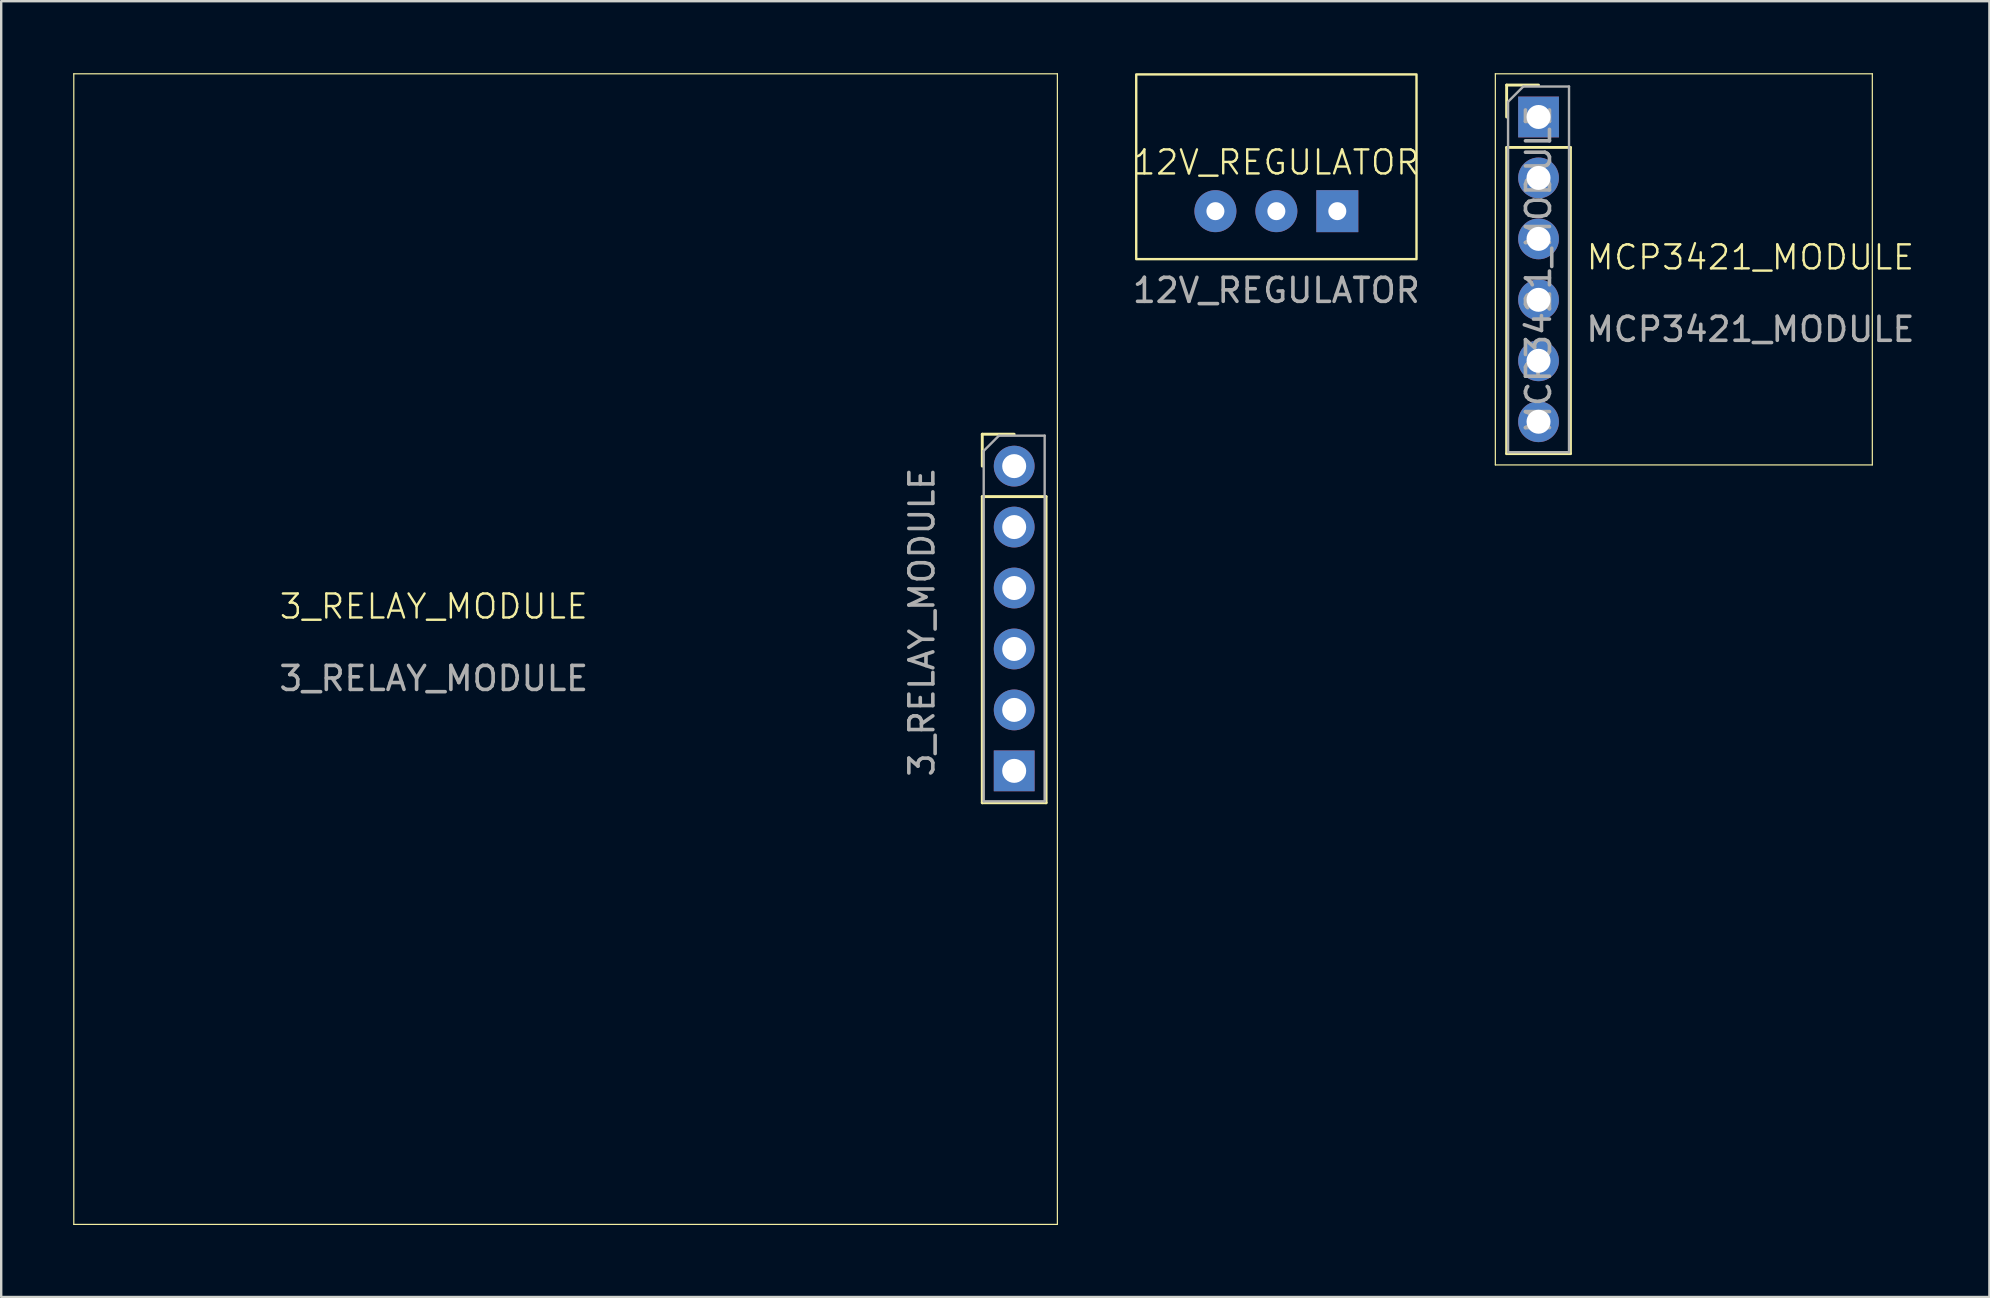
<source format=kicad_pcb>
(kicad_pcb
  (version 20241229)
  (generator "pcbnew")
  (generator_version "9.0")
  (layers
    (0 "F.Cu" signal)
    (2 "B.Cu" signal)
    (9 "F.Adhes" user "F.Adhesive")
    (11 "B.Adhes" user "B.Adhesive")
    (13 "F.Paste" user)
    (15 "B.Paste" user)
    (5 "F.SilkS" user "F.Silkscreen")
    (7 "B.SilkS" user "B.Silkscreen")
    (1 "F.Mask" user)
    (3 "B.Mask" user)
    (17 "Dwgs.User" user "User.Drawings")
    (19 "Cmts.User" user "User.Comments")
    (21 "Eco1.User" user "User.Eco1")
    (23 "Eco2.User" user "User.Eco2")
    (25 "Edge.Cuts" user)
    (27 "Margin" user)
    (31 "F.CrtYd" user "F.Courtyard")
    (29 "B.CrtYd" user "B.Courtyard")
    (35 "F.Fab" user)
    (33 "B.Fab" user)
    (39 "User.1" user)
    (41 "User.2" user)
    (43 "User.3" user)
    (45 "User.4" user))
  (footprint "MCP3421_MODULE"
    (layer "F.Cu")
    (at 69.897 8.175)
    (property "Reference" "MCP3421_MODULE" (at 0 -0.5 0) (unlocked yes) (layer "F.SilkS") (effects (font (size 1 1) (thickness 0.1))))
    (attr through_hole)
    (fp_line (start -10.63 -8.15) (end -10.63 8.15) (stroke (width 0.05) (type solid)) (layer "F.SilkS"))
    (fp_line (start -10.63 8.15) (end 5.08 8.15) (stroke (width 0.05) (type solid)) (layer "F.SilkS"))
    (fp_line (start -10.16 -7.68) (end -8.83 -7.68) (stroke (width 0.12) (type solid)) (layer "F.SilkS"))
    (fp_line (start -10.16 -6.35) (end -10.16 -7.68) (stroke (width 0.12) (type solid)) (layer "F.SilkS"))
    (fp_line (start -10.16 -5.08) (end -10.16 7.68) (stroke (width 0.12) (type solid)) (layer "F.SilkS"))
    (fp_line (start -10.16 -5.08) (end -7.5 -5.08) (stroke (width 0.12) (type solid)) (layer "F.SilkS"))
    (fp_line (start -10.16 7.68) (end -7.5 7.68) (stroke (width 0.12) (type solid)) (layer "F.SilkS"))
    (fp_line (start -7.5 -5.08) (end -7.5 7.68) (stroke (width 0.12) (type solid)) (layer "F.SilkS"))
    (fp_line (start 5.08 -8.15) (end -10.63 -8.15) (stroke (width 0.05) (type solid)) (layer "F.SilkS"))
    (fp_line (start 5.08 8.15) (end 5.08 -8.15) (stroke (width 0.05) (type solid)) (layer "F.SilkS"))
    (fp_line (start -10.1 -6.985) (end -9.465 -7.62) (stroke (width 0.1) (type solid)) (layer "F.Fab"))
    (fp_line (start -10.1 7.62) (end -10.1 -6.985) (stroke (width 0.1) (type solid)) (layer "F.Fab"))
    (fp_line (start -9.465 -7.62) (end -7.56 -7.62) (stroke (width 0.1) (type solid)) (layer "F.Fab"))
    (fp_line (start -7.56 -7.62) (end -7.56 7.62) (stroke (width 0.1) (type solid)) (layer "F.Fab"))
    (fp_line (start -7.56 7.62) (end -10.1 7.62) (stroke (width 0.1) (type solid)) (layer "F.Fab"))
    (fp_text user "${REFERENCE}" (at -8.83 0 90) (layer "F.Fab") (effects (font (size 1 1) (thickness 0.15))))
    (fp_text user "${REFERENCE}" (at 0 2.5 0) (unlocked yes) (layer "F.Fab") (effects (font (size 1 1) (thickness 0.15))))
    (pad "1" thru_hole rect (at -8.83 -6.35) (size 1.7 1.7) (drill 1) (layers "*.Cu" "*.Mask"))
    (pad "2" thru_hole oval (at -8.83 -3.81) (size 1.7 1.7) (drill 1) (layers "*.Cu" "*.Mask"))
    (pad "3" thru_hole oval (at -8.83 -1.27) (size 1.7 1.7) (drill 1) (layers "*.Cu" "*.Mask"))
    (pad "4" thru_hole oval (at -8.83 1.27) (size 1.7 1.7) (drill 1) (layers "*.Cu" "*.Mask"))
    (pad "5" thru_hole oval (at -8.83 3.81) (size 1.7 1.7) (drill 1) (layers "*.Cu" "*.Mask"))
    (pad "6" thru_hole oval (at -8.83 6.35) (size 1.7 1.7) (drill 1) (layers "*.Cu" "*.Mask")))
  (footprint "12V_REGULATOR"
    (layer "F.Cu")
    (at 50.141 5.75)
    (property "Reference" "12V_REGULATOR" (at 0 -2.032 0) (unlocked yes) (layer "F.SilkS") (effects (font (size 1 1) (thickness 0.1))))
    (attr through_hole)
    (fp_rect (start -5.84 -5.7) (end 5.84 2) (stroke (width 0.1) (type default)) (fill no) (layer "F.SilkS"))
    (fp_text user "${REFERENCE}" (at 0 3.302 0) (unlocked yes) (layer "F.Fab") (effects (font (size 1 1) (thickness 0.15))))
    (pad "1" thru_hole rect (at 2.54 0) (size 1.75 1.75) (drill 0.75) (layers "*.Cu" "*.Mask"))
    (pad "2" thru_hole circle (at 0 0) (size 1.75 1.75) (drill 0.75) (layers "*.Cu" "*.Mask"))
    (pad "3" thru_hole circle (at -2.54 0) (size 1.75 1.75) (drill 0.75) (layers "*.Cu" "*.Mask")))
  (footprint "3_RELAY_MODULE"
    (layer "F.Cu")
    (at 15.025 22.725)
    (property "Reference" "3_RELAY_MODULE" (at 0 -0.5 0) (unlocked yes) (layer "F.SilkS") (effects (font (size 1 1) (thickness 0.1))))
    (attr through_hole)
    (fp_line (start -15 -22.7) (end -15 25.25) (stroke (width 0.05) (type solid)) (layer "F.SilkS"))
    (fp_line (start -15 25.25) (end 25.99 25.25) (stroke (width 0.05) (type solid)) (layer "F.SilkS"))
    (fp_line (start 22.86 -7.68) (end 24.19 -7.68) (stroke (width 0.12) (type solid)) (layer "F.SilkS"))
    (fp_line (start 22.86 -6.35) (end 22.86 -7.68) (stroke (width 0.12) (type solid)) (layer "F.SilkS"))
    (fp_line (start 22.86 -5.08) (end 22.86 7.68) (stroke (width 0.12) (type solid)) (layer "F.SilkS"))
    (fp_line (start 22.86 -5.08) (end 25.52 -5.08) (stroke (width 0.12) (type solid)) (layer "F.SilkS"))
    (fp_line (start 22.86 7.68) (end 25.52 7.68) (stroke (width 0.12) (type solid)) (layer "F.SilkS"))
    (fp_line (start 25.52 -5.08) (end 25.52 7.68) (stroke (width 0.12) (type solid)) (layer "F.SilkS"))
    (fp_line (start 25.99 -22.7) (end -15 -22.7) (stroke (width 0.05) (type solid)) (layer "F.SilkS"))
    (fp_line (start 25.99 25.25) (end 25.99 -22.7) (stroke (width 0.05) (type solid)) (layer "F.SilkS"))
    (fp_line (start 22.92 -6.985) (end 23.555 -7.62) (stroke (width 0.1) (type solid)) (layer "F.Fab"))
    (fp_line (start 22.92 7.62) (end 22.92 -6.985) (stroke (width 0.1) (type solid)) (layer "F.Fab"))
    (fp_line (start 23.555 -7.62) (end 25.46 -7.62) (stroke (width 0.1) (type solid)) (layer "F.Fab"))
    (fp_line (start 25.46 -7.62) (end 25.46 7.62) (stroke (width 0.1) (type solid)) (layer "F.Fab"))
    (fp_line (start 25.46 7.62) (end 22.92 7.62) (stroke (width 0.1) (type solid)) (layer "F.Fab"))
    (fp_text user "${REFERENCE}" (at 20.345 0.152 90) (layer "F.Fab") (effects (font (size 1 1) (thickness 0.15))))
    (fp_text user "${REFERENCE}" (at 0 2.5 0) (unlocked yes) (layer "F.Fab") (effects (font (size 1 1) (thickness 0.15))))
    (pad "1" thru_hole rect (at 24.19 6.35) (size 1.7 1.7) (drill 1) (layers "*.Cu" "*.Mask"))
    (pad "2" thru_hole oval (at 24.19 3.81) (size 1.7 1.7) (drill 1) (layers "*.Cu" "*.Mask"))
    (pad "3" thru_hole oval (at 24.19 1.27) (size 1.7 1.7) (drill 1) (layers "*.Cu" "*.Mask"))
    (pad "4" thru_hole oval (at 24.19 -1.27) (size 1.7 1.7) (drill 1) (layers "*.Cu" "*.Mask"))
    (pad "5" thru_hole oval (at 24.19 -3.81) (size 1.7 1.7) (drill 1) (layers "*.Cu" "*.Mask"))
    (pad "6" thru_hole circle (at 24.19 -6.35) (size 1.7 1.7) (drill 1) (layers "*.Cu" "*.Mask"))
    (zone (net_name "") (layer "F.Cu") (hatch edge 0.5) (connect_pads) (min_thickness 0.25) (filled_areas_thickness no) (keepout (tracks not_allowed) (vias not_allowed) (pads not_allowed) (copperpour not_allowed) (footprints not_allowed)) (placement (enabled no)) (fill) (polygon (pts (xy 0.014 0.043) (xy 40.908 0.043) (xy 40.908 14.851) (xy 37.58 14.851) (xy 37.58 30.701) (xy 40.984 30.701) (xy 40.984 47.947) (xy 0.039 47.973) (xy 0.09 7.485)))))
  (gr_rect
    (start -3 -3)
    (end 79.856 51)
    (stroke (width 0.1) (type default))
    (fill no)
    (layer "Edge.Cuts")))
</source>
